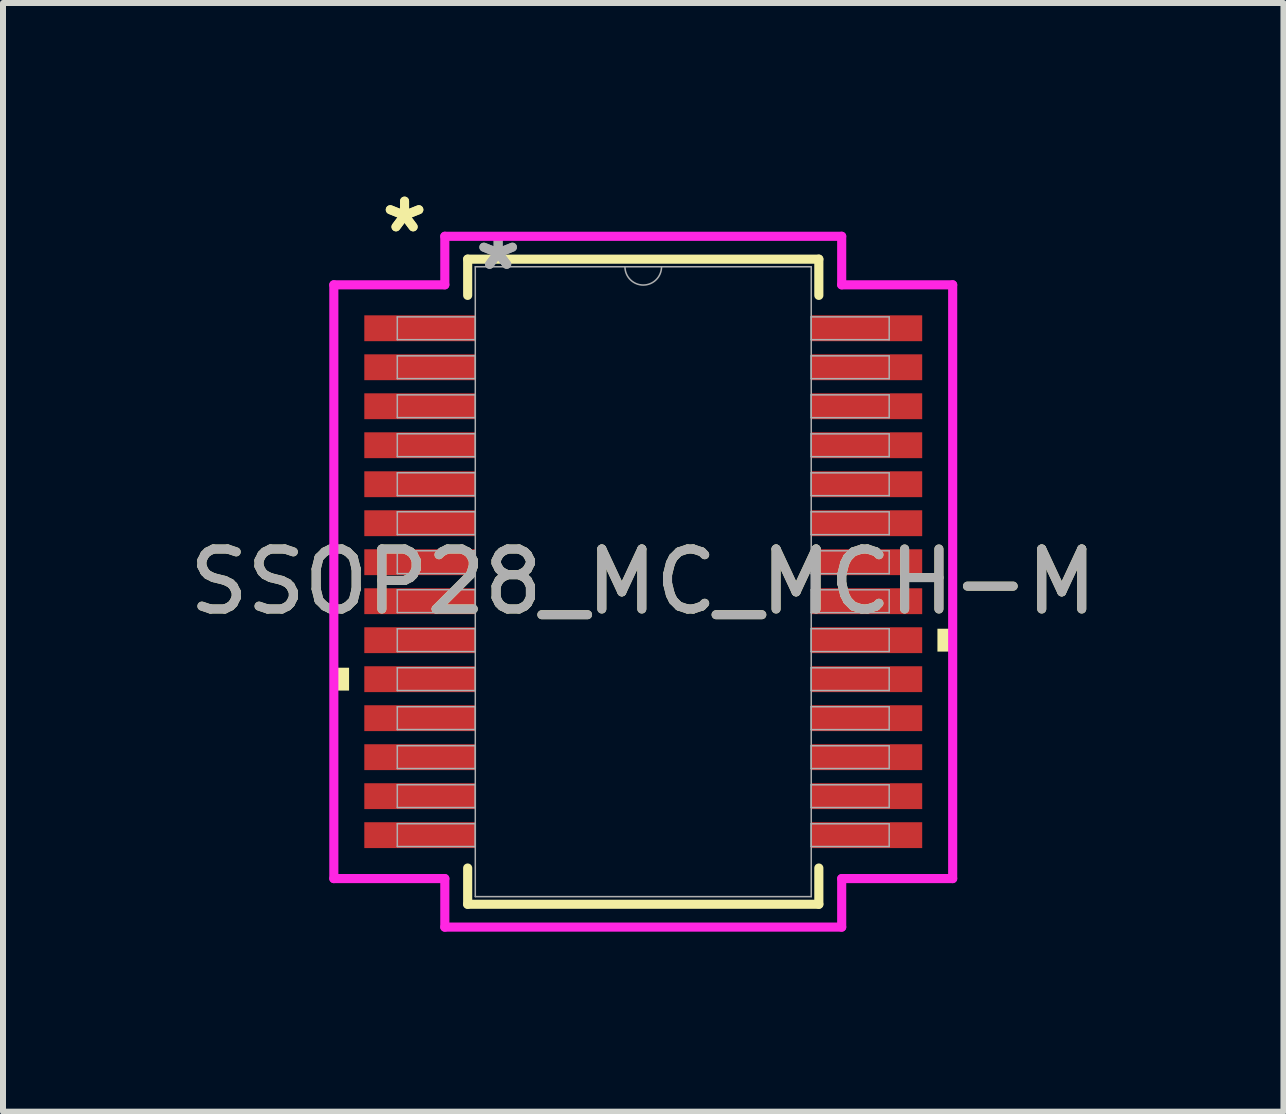
<source format=kicad_pcb>
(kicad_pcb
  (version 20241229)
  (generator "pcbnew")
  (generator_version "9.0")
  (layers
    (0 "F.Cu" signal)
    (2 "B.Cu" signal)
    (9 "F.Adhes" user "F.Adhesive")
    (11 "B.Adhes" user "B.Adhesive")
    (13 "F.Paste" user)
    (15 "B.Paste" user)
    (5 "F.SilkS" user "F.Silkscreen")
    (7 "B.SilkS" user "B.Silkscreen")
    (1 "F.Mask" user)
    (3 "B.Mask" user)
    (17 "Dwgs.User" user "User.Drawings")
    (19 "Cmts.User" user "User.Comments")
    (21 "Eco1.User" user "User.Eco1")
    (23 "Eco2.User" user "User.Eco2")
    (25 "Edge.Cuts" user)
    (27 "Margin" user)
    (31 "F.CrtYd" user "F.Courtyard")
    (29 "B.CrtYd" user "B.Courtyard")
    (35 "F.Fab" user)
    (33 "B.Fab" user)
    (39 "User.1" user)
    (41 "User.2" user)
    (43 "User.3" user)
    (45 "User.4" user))
  (footprint "SSOP28_MC_MCH-M"
    (layer "F.Cu")
    (at 7.673 6.647)
    (property "Reference" "SSOP28_MC_MCH-M" (at 0 0 0) (unlocked yes) (layer "F.SilkS") (effects (font (size 1 1) (thickness 0.15))))
    (attr smd)
    (fp_line (start -2.927 -5.377) (end -2.927 -4.773) (stroke (width 0.152) (type solid)) (layer "F.SilkS"))
    (fp_line (start -2.927 4.773) (end -2.927 5.377) (stroke (width 0.152) (type solid)) (layer "F.SilkS"))
    (fp_line (start -2.927 5.377) (end 2.927 5.377) (stroke (width 0.152) (type solid)) (layer "F.SilkS"))
    (fp_line (start 2.927 -5.377) (end -2.927 -5.377) (stroke (width 0.152) (type solid)) (layer "F.SilkS"))
    (fp_line (start 2.927 -4.773) (end 2.927 -5.377) (stroke (width 0.152) (type solid)) (layer "F.SilkS"))
    (fp_line (start 2.927 5.377) (end 2.927 4.773) (stroke (width 0.152) (type solid)) (layer "F.SilkS"))
    (fp_poly (pts (xy -5.158 1.434) (xy -5.158 1.815) (xy -4.904 1.815) (xy -4.904 1.434)) (stroke (width 0) (type solid)) (fill yes) (layer "F.SilkS"))
    (fp_poly (pts (xy 5.158 0.784) (xy 5.158 1.165) (xy 4.904 1.165) (xy 4.904 0.784)) (stroke (width 0) (type solid)) (fill yes) (layer "F.SilkS"))
    (fp_line (start -5.158 -4.949) (end -3.308 -4.949) (stroke (width 0.152) (type solid)) (layer "F.CrtYd"))
    (fp_line (start -5.158 4.949) (end -5.158 -4.949) (stroke (width 0.152) (type solid)) (layer "F.CrtYd"))
    (fp_line (start -5.158 4.949) (end -3.308 4.949) (stroke (width 0.152) (type solid)) (layer "F.CrtYd"))
    (fp_line (start -3.308 -5.758) (end 3.308 -5.758) (stroke (width 0.152) (type solid)) (layer "F.CrtYd"))
    (fp_line (start -3.308 -4.949) (end -3.308 -5.758) (stroke (width 0.152) (type solid)) (layer "F.CrtYd"))
    (fp_line (start -3.308 5.758) (end -3.308 4.949) (stroke (width 0.152) (type solid)) (layer "F.CrtYd"))
    (fp_line (start 3.308 -5.758) (end 3.308 -4.949) (stroke (width 0.152) (type solid)) (layer "F.CrtYd"))
    (fp_line (start 3.308 4.949) (end 3.308 5.758) (stroke (width 0.152) (type solid)) (layer "F.CrtYd"))
    (fp_line (start 3.308 5.758) (end -3.308 5.758) (stroke (width 0.152) (type solid)) (layer "F.CrtYd"))
    (fp_line (start 5.158 -4.949) (end 3.308 -4.949) (stroke (width 0.152) (type solid)) (layer "F.CrtYd"))
    (fp_line (start 5.158 -4.949) (end 5.158 4.949) (stroke (width 0.152) (type solid)) (layer "F.CrtYd"))
    (fp_line (start 5.158 4.949) (end 3.308 4.949) (stroke (width 0.152) (type solid)) (layer "F.CrtYd"))
    (fp_line (start -4.1 -4.415) (end -4.1 -4.035) (stroke (width 0.025) (type solid)) (layer "F.Fab"))
    (fp_line (start -4.1 -4.035) (end -2.8 -4.035) (stroke (width 0.025) (type solid)) (layer "F.Fab"))
    (fp_line (start -4.1 -3.765) (end -4.1 -3.385) (stroke (width 0.025) (type solid)) (layer "F.Fab"))
    (fp_line (start -4.1 -3.385) (end -2.8 -3.385) (stroke (width 0.025) (type solid)) (layer "F.Fab"))
    (fp_line (start -4.1 -3.115) (end -4.1 -2.735) (stroke (width 0.025) (type solid)) (layer "F.Fab"))
    (fp_line (start -4.1 -2.735) (end -2.8 -2.735) (stroke (width 0.025) (type solid)) (layer "F.Fab"))
    (fp_line (start -4.1 -2.466) (end -4.1 -2.084) (stroke (width 0.025) (type solid)) (layer "F.Fab"))
    (fp_line (start -4.1 -2.084) (end -2.8 -2.084) (stroke (width 0.025) (type solid)) (layer "F.Fab"))
    (fp_line (start -4.1 -1.816) (end -4.1 -1.435) (stroke (width 0.025) (type solid)) (layer "F.Fab"))
    (fp_line (start -4.1 -1.435) (end -2.8 -1.435) (stroke (width 0.025) (type solid)) (layer "F.Fab"))
    (fp_line (start -4.1 -1.166) (end -4.1 -0.785) (stroke (width 0.025) (type solid)) (layer "F.Fab"))
    (fp_line (start -4.1 -0.785) (end -2.8 -0.785) (stroke (width 0.025) (type solid)) (layer "F.Fab"))
    (fp_line (start -4.1 -0.516) (end -4.1 -0.135) (stroke (width 0.025) (type solid)) (layer "F.Fab"))
    (fp_line (start -4.1 -0.135) (end -2.8 -0.135) (stroke (width 0.025) (type solid)) (layer "F.Fab"))
    (fp_line (start -4.1 0.134) (end -4.1 0.515) (stroke (width 0.025) (type solid)) (layer "F.Fab"))
    (fp_line (start -4.1 0.515) (end -2.8 0.515) (stroke (width 0.025) (type solid)) (layer "F.Fab"))
    (fp_line (start -4.1 0.784) (end -4.1 1.165) (stroke (width 0.025) (type solid)) (layer "F.Fab"))
    (fp_line (start -4.1 1.165) (end -2.8 1.165) (stroke (width 0.025) (type solid)) (layer "F.Fab"))
    (fp_line (start -4.1 1.434) (end -4.1 1.815) (stroke (width 0.025) (type solid)) (layer "F.Fab"))
    (fp_line (start -4.1 1.815) (end -2.8 1.815) (stroke (width 0.025) (type solid)) (layer "F.Fab"))
    (fp_line (start -4.1 2.084) (end -4.1 2.465) (stroke (width 0.025) (type solid)) (layer "F.Fab"))
    (fp_line (start -4.1 2.465) (end -2.8 2.465) (stroke (width 0.025) (type solid)) (layer "F.Fab"))
    (fp_line (start -4.1 2.734) (end -4.1 3.115) (stroke (width 0.025) (type solid)) (layer "F.Fab"))
    (fp_line (start -4.1 3.115) (end -2.8 3.115) (stroke (width 0.025) (type solid)) (layer "F.Fab"))
    (fp_line (start -4.1 3.384) (end -4.1 3.765) (stroke (width 0.025) (type solid)) (layer "F.Fab"))
    (fp_line (start -4.1 3.765) (end -2.8 3.765) (stroke (width 0.025) (type solid)) (layer "F.Fab"))
    (fp_line (start -4.1 4.034) (end -4.1 4.415) (stroke (width 0.025) (type solid)) (layer "F.Fab"))
    (fp_line (start -4.1 4.415) (end -2.8 4.415) (stroke (width 0.025) (type solid)) (layer "F.Fab"))
    (fp_line (start -2.8 -5.25) (end -2.8 5.25) (stroke (width 0.025) (type solid)) (layer "F.Fab"))
    (fp_line (start -2.8 -4.415) (end -4.1 -4.415) (stroke (width 0.025) (type solid)) (layer "F.Fab"))
    (fp_line (start -2.8 -4.035) (end -2.8 -4.415) (stroke (width 0.025) (type solid)) (layer "F.Fab"))
    (fp_line (start -2.8 -3.765) (end -4.1 -3.765) (stroke (width 0.025) (type solid)) (layer "F.Fab"))
    (fp_line (start -2.8 -3.385) (end -2.8 -3.765) (stroke (width 0.025) (type solid)) (layer "F.Fab"))
    (fp_line (start -2.8 -3.115) (end -4.1 -3.115) (stroke (width 0.025) (type solid)) (layer "F.Fab"))
    (fp_line (start -2.8 -2.735) (end -2.8 -3.115) (stroke (width 0.025) (type solid)) (layer "F.Fab"))
    (fp_line (start -2.8 -2.466) (end -4.1 -2.466) (stroke (width 0.025) (type solid)) (layer "F.Fab"))
    (fp_line (start -2.8 -2.084) (end -2.8 -2.466) (stroke (width 0.025) (type solid)) (layer "F.Fab"))
    (fp_line (start -2.8 -1.816) (end -4.1 -1.816) (stroke (width 0.025) (type solid)) (layer "F.Fab"))
    (fp_line (start -2.8 -1.435) (end -2.8 -1.816) (stroke (width 0.025) (type solid)) (layer "F.Fab"))
    (fp_line (start -2.8 -1.166) (end -4.1 -1.166) (stroke (width 0.025) (type solid)) (layer "F.Fab"))
    (fp_line (start -2.8 -0.785) (end -2.8 -1.166) (stroke (width 0.025) (type solid)) (layer "F.Fab"))
    (fp_line (start -2.8 -0.516) (end -4.1 -0.516) (stroke (width 0.025) (type solid)) (layer "F.Fab"))
    (fp_line (start -2.8 -0.135) (end -2.8 -0.516) (stroke (width 0.025) (type solid)) (layer "F.Fab"))
    (fp_line (start -2.8 0.134) (end -4.1 0.134) (stroke (width 0.025) (type solid)) (layer "F.Fab"))
    (fp_line (start -2.8 0.515) (end -2.8 0.134) (stroke (width 0.025) (type solid)) (layer "F.Fab"))
    (fp_line (start -2.8 0.784) (end -4.1 0.784) (stroke (width 0.025) (type solid)) (layer "F.Fab"))
    (fp_line (start -2.8 1.165) (end -2.8 0.784) (stroke (width 0.025) (type solid)) (layer "F.Fab"))
    (fp_line (start -2.8 1.434) (end -4.1 1.434) (stroke (width 0.025) (type solid)) (layer "F.Fab"))
    (fp_line (start -2.8 1.815) (end -2.8 1.434) (stroke (width 0.025) (type solid)) (layer "F.Fab"))
    (fp_line (start -2.8 2.084) (end -4.1 2.084) (stroke (width 0.025) (type solid)) (layer "F.Fab"))
    (fp_line (start -2.8 2.465) (end -2.8 2.084) (stroke (width 0.025) (type solid)) (layer "F.Fab"))
    (fp_line (start -2.8 2.734) (end -4.1 2.734) (stroke (width 0.025) (type solid)) (layer "F.Fab"))
    (fp_line (start -2.8 3.115) (end -2.8 2.734) (stroke (width 0.025) (type solid)) (layer "F.Fab"))
    (fp_line (start -2.8 3.384) (end -4.1 3.384) (stroke (width 0.025) (type solid)) (layer "F.Fab"))
    (fp_line (start -2.8 3.765) (end -2.8 3.384) (stroke (width 0.025) (type solid)) (layer "F.Fab"))
    (fp_line (start -2.8 4.034) (end -4.1 4.034) (stroke (width 0.025) (type solid)) (layer "F.Fab"))
    (fp_line (start -2.8 4.415) (end -2.8 4.034) (stroke (width 0.025) (type solid)) (layer "F.Fab"))
    (fp_line (start -2.8 5.25) (end 2.8 5.25) (stroke (width 0.025) (type solid)) (layer "F.Fab"))
    (fp_line (start 2.8 -5.25) (end -2.8 -5.25) (stroke (width 0.025) (type solid)) (layer "F.Fab"))
    (fp_line (start 2.8 -4.415) (end 2.8 -4.034) (stroke (width 0.025) (type solid)) (layer "F.Fab"))
    (fp_line (start 2.8 -4.034) (end 4.1 -4.034) (stroke (width 0.025) (type solid)) (layer "F.Fab"))
    (fp_line (start 2.8 -3.765) (end 2.8 -3.384) (stroke (width 0.025) (type solid)) (layer "F.Fab"))
    (fp_line (start 2.8 -3.384) (end 4.1 -3.384) (stroke (width 0.025) (type solid)) (layer "F.Fab"))
    (fp_line (start 2.8 -3.115) (end 2.8 -2.734) (stroke (width 0.025) (type solid)) (layer "F.Fab"))
    (fp_line (start 2.8 -2.734) (end 4.1 -2.734) (stroke (width 0.025) (type solid)) (layer "F.Fab"))
    (fp_line (start 2.8 -2.465) (end 2.8 -2.084) (stroke (width 0.025) (type solid)) (layer "F.Fab"))
    (fp_line (start 2.8 -2.084) (end 4.1 -2.084) (stroke (width 0.025) (type solid)) (layer "F.Fab"))
    (fp_line (start 2.8 -1.815) (end 2.8 -1.434) (stroke (width 0.025) (type solid)) (layer "F.Fab"))
    (fp_line (start 2.8 -1.434) (end 4.1 -1.434) (stroke (width 0.025) (type solid)) (layer "F.Fab"))
    (fp_line (start 2.8 -1.165) (end 2.8 -0.784) (stroke (width 0.025) (type solid)) (layer "F.Fab"))
    (fp_line (start 2.8 -0.784) (end 4.1 -0.784) (stroke (width 0.025) (type solid)) (layer "F.Fab"))
    (fp_line (start 2.8 -0.515) (end 2.8 -0.134) (stroke (width 0.025) (type solid)) (layer "F.Fab"))
    (fp_line (start 2.8 -0.134) (end 4.1 -0.134) (stroke (width 0.025) (type solid)) (layer "F.Fab"))
    (fp_line (start 2.8 0.135) (end 2.8 0.516) (stroke (width 0.025) (type solid)) (layer "F.Fab"))
    (fp_line (start 2.8 0.516) (end 4.1 0.516) (stroke (width 0.025) (type solid)) (layer "F.Fab"))
    (fp_line (start 2.8 0.784) (end 2.8 1.165) (stroke (width 0.025) (type solid)) (layer "F.Fab"))
    (fp_line (start 2.8 1.165) (end 4.1 1.165) (stroke (width 0.025) (type solid)) (layer "F.Fab"))
    (fp_line (start 2.8 1.435) (end 2.8 1.815) (stroke (width 0.025) (type solid)) (layer "F.Fab"))
    (fp_line (start 2.8 1.815) (end 4.1 1.815) (stroke (width 0.025) (type solid)) (layer "F.Fab"))
    (fp_line (start 2.8 2.084) (end 2.8 2.466) (stroke (width 0.025) (type solid)) (layer "F.Fab"))
    (fp_line (start 2.8 2.466) (end 4.1 2.466) (stroke (width 0.025) (type solid)) (layer "F.Fab"))
    (fp_line (start 2.8 2.735) (end 2.8 3.115) (stroke (width 0.025) (type solid)) (layer "F.Fab"))
    (fp_line (start 2.8 3.115) (end 4.1 3.115) (stroke (width 0.025) (type solid)) (layer "F.Fab"))
    (fp_line (start 2.8 3.385) (end 2.8 3.765) (stroke (width 0.025) (type solid)) (layer "F.Fab"))
    (fp_line (start 2.8 3.765) (end 4.1 3.765) (stroke (width 0.025) (type solid)) (layer "F.Fab"))
    (fp_line (start 2.8 4.035) (end 2.8 4.415) (stroke (width 0.025) (type solid)) (layer "F.Fab"))
    (fp_line (start 2.8 4.415) (end 4.1 4.415) (stroke (width 0.025) (type solid)) (layer "F.Fab"))
    (fp_line (start 2.8 5.25) (end 2.8 -5.25) (stroke (width 0.025) (type solid)) (layer "F.Fab"))
    (fp_line (start 4.1 -4.415) (end 2.8 -4.415) (stroke (width 0.025) (type solid)) (layer "F.Fab"))
    (fp_line (start 4.1 -4.034) (end 4.1 -4.415) (stroke (width 0.025) (type solid)) (layer "F.Fab"))
    (fp_line (start 4.1 -3.765) (end 2.8 -3.765) (stroke (width 0.025) (type solid)) (layer "F.Fab"))
    (fp_line (start 4.1 -3.384) (end 4.1 -3.765) (stroke (width 0.025) (type solid)) (layer "F.Fab"))
    (fp_line (start 4.1 -3.115) (end 2.8 -3.115) (stroke (width 0.025) (type solid)) (layer "F.Fab"))
    (fp_line (start 4.1 -2.734) (end 4.1 -3.115) (stroke (width 0.025) (type solid)) (layer "F.Fab"))
    (fp_line (start 4.1 -2.465) (end 2.8 -2.465) (stroke (width 0.025) (type solid)) (layer "F.Fab"))
    (fp_line (start 4.1 -2.084) (end 4.1 -2.465) (stroke (width 0.025) (type solid)) (layer "F.Fab"))
    (fp_line (start 4.1 -1.815) (end 2.8 -1.815) (stroke (width 0.025) (type solid)) (layer "F.Fab"))
    (fp_line (start 4.1 -1.434) (end 4.1 -1.815) (stroke (width 0.025) (type solid)) (layer "F.Fab"))
    (fp_line (start 4.1 -1.165) (end 2.8 -1.165) (stroke (width 0.025) (type solid)) (layer "F.Fab"))
    (fp_line (start 4.1 -0.784) (end 4.1 -1.165) (stroke (width 0.025) (type solid)) (layer "F.Fab"))
    (fp_line (start 4.1 -0.515) (end 2.8 -0.515) (stroke (width 0.025) (type solid)) (layer "F.Fab"))
    (fp_line (start 4.1 -0.134) (end 4.1 -0.515) (stroke (width 0.025) (type solid)) (layer "F.Fab"))
    (fp_line (start 4.1 0.135) (end 2.8 0.135) (stroke (width 0.025) (type solid)) (layer "F.Fab"))
    (fp_line (start 4.1 0.516) (end 4.1 0.135) (stroke (width 0.025) (type solid)) (layer "F.Fab"))
    (fp_line (start 4.1 0.784) (end 2.8 0.784) (stroke (width 0.025) (type solid)) (layer "F.Fab"))
    (fp_line (start 4.1 1.165) (end 4.1 0.784) (stroke (width 0.025) (type solid)) (layer "F.Fab"))
    (fp_line (start 4.1 1.435) (end 2.8 1.435) (stroke (width 0.025) (type solid)) (layer "F.Fab"))
    (fp_line (start 4.1 1.815) (end 4.1 1.435) (stroke (width 0.025) (type solid)) (layer "F.Fab"))
    (fp_line (start 4.1 2.084) (end 2.8 2.084) (stroke (width 0.025) (type solid)) (layer "F.Fab"))
    (fp_line (start 4.1 2.466) (end 4.1 2.084) (stroke (width 0.025) (type solid)) (layer "F.Fab"))
    (fp_line (start 4.1 2.735) (end 2.8 2.735) (stroke (width 0.025) (type solid)) (layer "F.Fab"))
    (fp_line (start 4.1 3.115) (end 4.1 2.735) (stroke (width 0.025) (type solid)) (layer "F.Fab"))
    (fp_line (start 4.1 3.385) (end 2.8 3.385) (stroke (width 0.025) (type solid)) (layer "F.Fab"))
    (fp_line (start 4.1 3.765) (end 4.1 3.385) (stroke (width 0.025) (type solid)) (layer "F.Fab"))
    (fp_line (start 4.1 4.035) (end 2.8 4.035) (stroke (width 0.025) (type solid)) (layer "F.Fab"))
    (fp_line (start 4.1 4.415) (end 4.1 4.035) (stroke (width 0.025) (type solid)) (layer "F.Fab"))
    (fp_arc (start 0.3048 -5.25) (mid 0 -4.9452) (end -0.3048 -5.25) (stroke (width 0.0254) (type solid)) (layer "F.Fab"))
    (fp_text user "*" (at -3.979 -5.799 0) (unlocked yes) (layer "F.SilkS") (effects (font (size 1 1) (thickness 0.15))))
    (fp_text user "*" (at -3.979 -5.799 0) (layer "F.SilkS") (effects (font (size 1 1) (thickness 0.15))))
    (fp_text user "*" (at -2.419 -5.174 0) (layer "F.Fab") (effects (font (size 1 1) (thickness 0.15))))
    (fp_text user "${REFERENCE}" (at 0 0 0) (unlocked yes) (layer "F.Fab") (effects (font (size 1 1) (thickness 0.15))))
    (fp_text user "*" (at -2.419 -5.174 0) (unlocked yes) (layer "F.Fab") (effects (font (size 1 1) (thickness 0.15))))
    (pad "1" smd rect (at -3.725 -4.225) (size 1.85 0.431) (layers "F.Cu" "F.Mask" "F.Paste"))
    (pad "2" smd rect (at -3.725 -3.575) (size 1.85 0.431) (layers "F.Cu" "F.Mask" "F.Paste"))
    (pad "3" smd rect (at -3.725 -2.925) (size 1.85 0.431) (layers "F.Cu" "F.Mask" "F.Paste"))
    (pad "4" smd rect (at -3.725 -2.275) (size 1.85 0.431) (layers "F.Cu" "F.Mask" "F.Paste"))
    (pad "5" smd rect (at -3.725 -1.625) (size 1.85 0.431) (layers "F.Cu" "F.Mask" "F.Paste"))
    (pad "6" smd rect (at -3.725 -0.975) (size 1.85 0.431) (layers "F.Cu" "F.Mask" "F.Paste"))
    (pad "7" smd rect (at -3.725 -0.325) (size 1.85 0.431) (layers "F.Cu" "F.Mask" "F.Paste"))
    (pad "8" smd rect (at -3.725 0.325) (size 1.85 0.431) (layers "F.Cu" "F.Mask" "F.Paste"))
    (pad "9" smd rect (at -3.725 0.975) (size 1.85 0.431) (layers "F.Cu" "F.Mask" "F.Paste"))
    (pad "10" smd rect (at -3.725 1.625) (size 1.85 0.431) (layers "F.Cu" "F.Mask" "F.Paste"))
    (pad "11" smd rect (at -3.725 2.275) (size 1.85 0.431) (layers "F.Cu" "F.Mask" "F.Paste"))
    (pad "12" smd rect (at -3.725 2.925) (size 1.85 0.431) (layers "F.Cu" "F.Mask" "F.Paste"))
    (pad "13" smd rect (at -3.725 3.575) (size 1.85 0.431) (layers "F.Cu" "F.Mask" "F.Paste"))
    (pad "14" smd rect (at -3.725 4.225) (size 1.85 0.431) (layers "F.Cu" "F.Mask" "F.Paste"))
    (pad "15" smd rect (at 3.725 4.225) (size 1.85 0.431) (layers "F.Cu" "F.Mask" "F.Paste"))
    (pad "16" smd rect (at 3.725 3.575) (size 1.85 0.431) (layers "F.Cu" "F.Mask" "F.Paste"))
    (pad "17" smd rect (at 3.725 2.925) (size 1.85 0.431) (layers "F.Cu" "F.Mask" "F.Paste"))
    (pad "18" smd rect (at 3.725 2.275) (size 1.85 0.431) (layers "F.Cu" "F.Mask" "F.Paste"))
    (pad "19" smd rect (at 3.725 1.625) (size 1.85 0.431) (layers "F.Cu" "F.Mask" "F.Paste"))
    (pad "20" smd rect (at 3.725 0.975) (size 1.85 0.431) (layers "F.Cu" "F.Mask" "F.Paste"))
    (pad "21" smd rect (at 3.725 0.325) (size 1.85 0.431) (layers "F.Cu" "F.Mask" "F.Paste"))
    (pad "22" smd rect (at 3.725 -0.325) (size 1.85 0.431) (layers "F.Cu" "F.Mask" "F.Paste"))
    (pad "23" smd rect (at 3.725 -0.975) (size 1.85 0.431) (layers "F.Cu" "F.Mask" "F.Paste"))
    (pad "24" smd rect (at 3.725 -1.625) (size 1.85 0.431) (layers "F.Cu" "F.Mask" "F.Paste"))
    (pad "25" smd rect (at 3.725 -2.275) (size 1.85 0.431) (layers "F.Cu" "F.Mask" "F.Paste"))
    (pad "26" smd rect (at 3.725 -2.925) (size 1.85 0.431) (layers "F.Cu" "F.Mask" "F.Paste"))
    (pad "27" smd rect (at 3.725 -3.575) (size 1.85 0.431) (layers "F.Cu" "F.Mask" "F.Paste"))
    (pad "28" smd rect (at 3.725 -4.225) (size 1.85 0.431) (layers "F.Cu" "F.Mask" "F.Paste")))
  (gr_rect
    (start -3 -3)
    (end 18.345 15.481)
    (stroke (width 0.1) (type default))
    (fill no)
    (layer "Edge.Cuts")))
</source>
